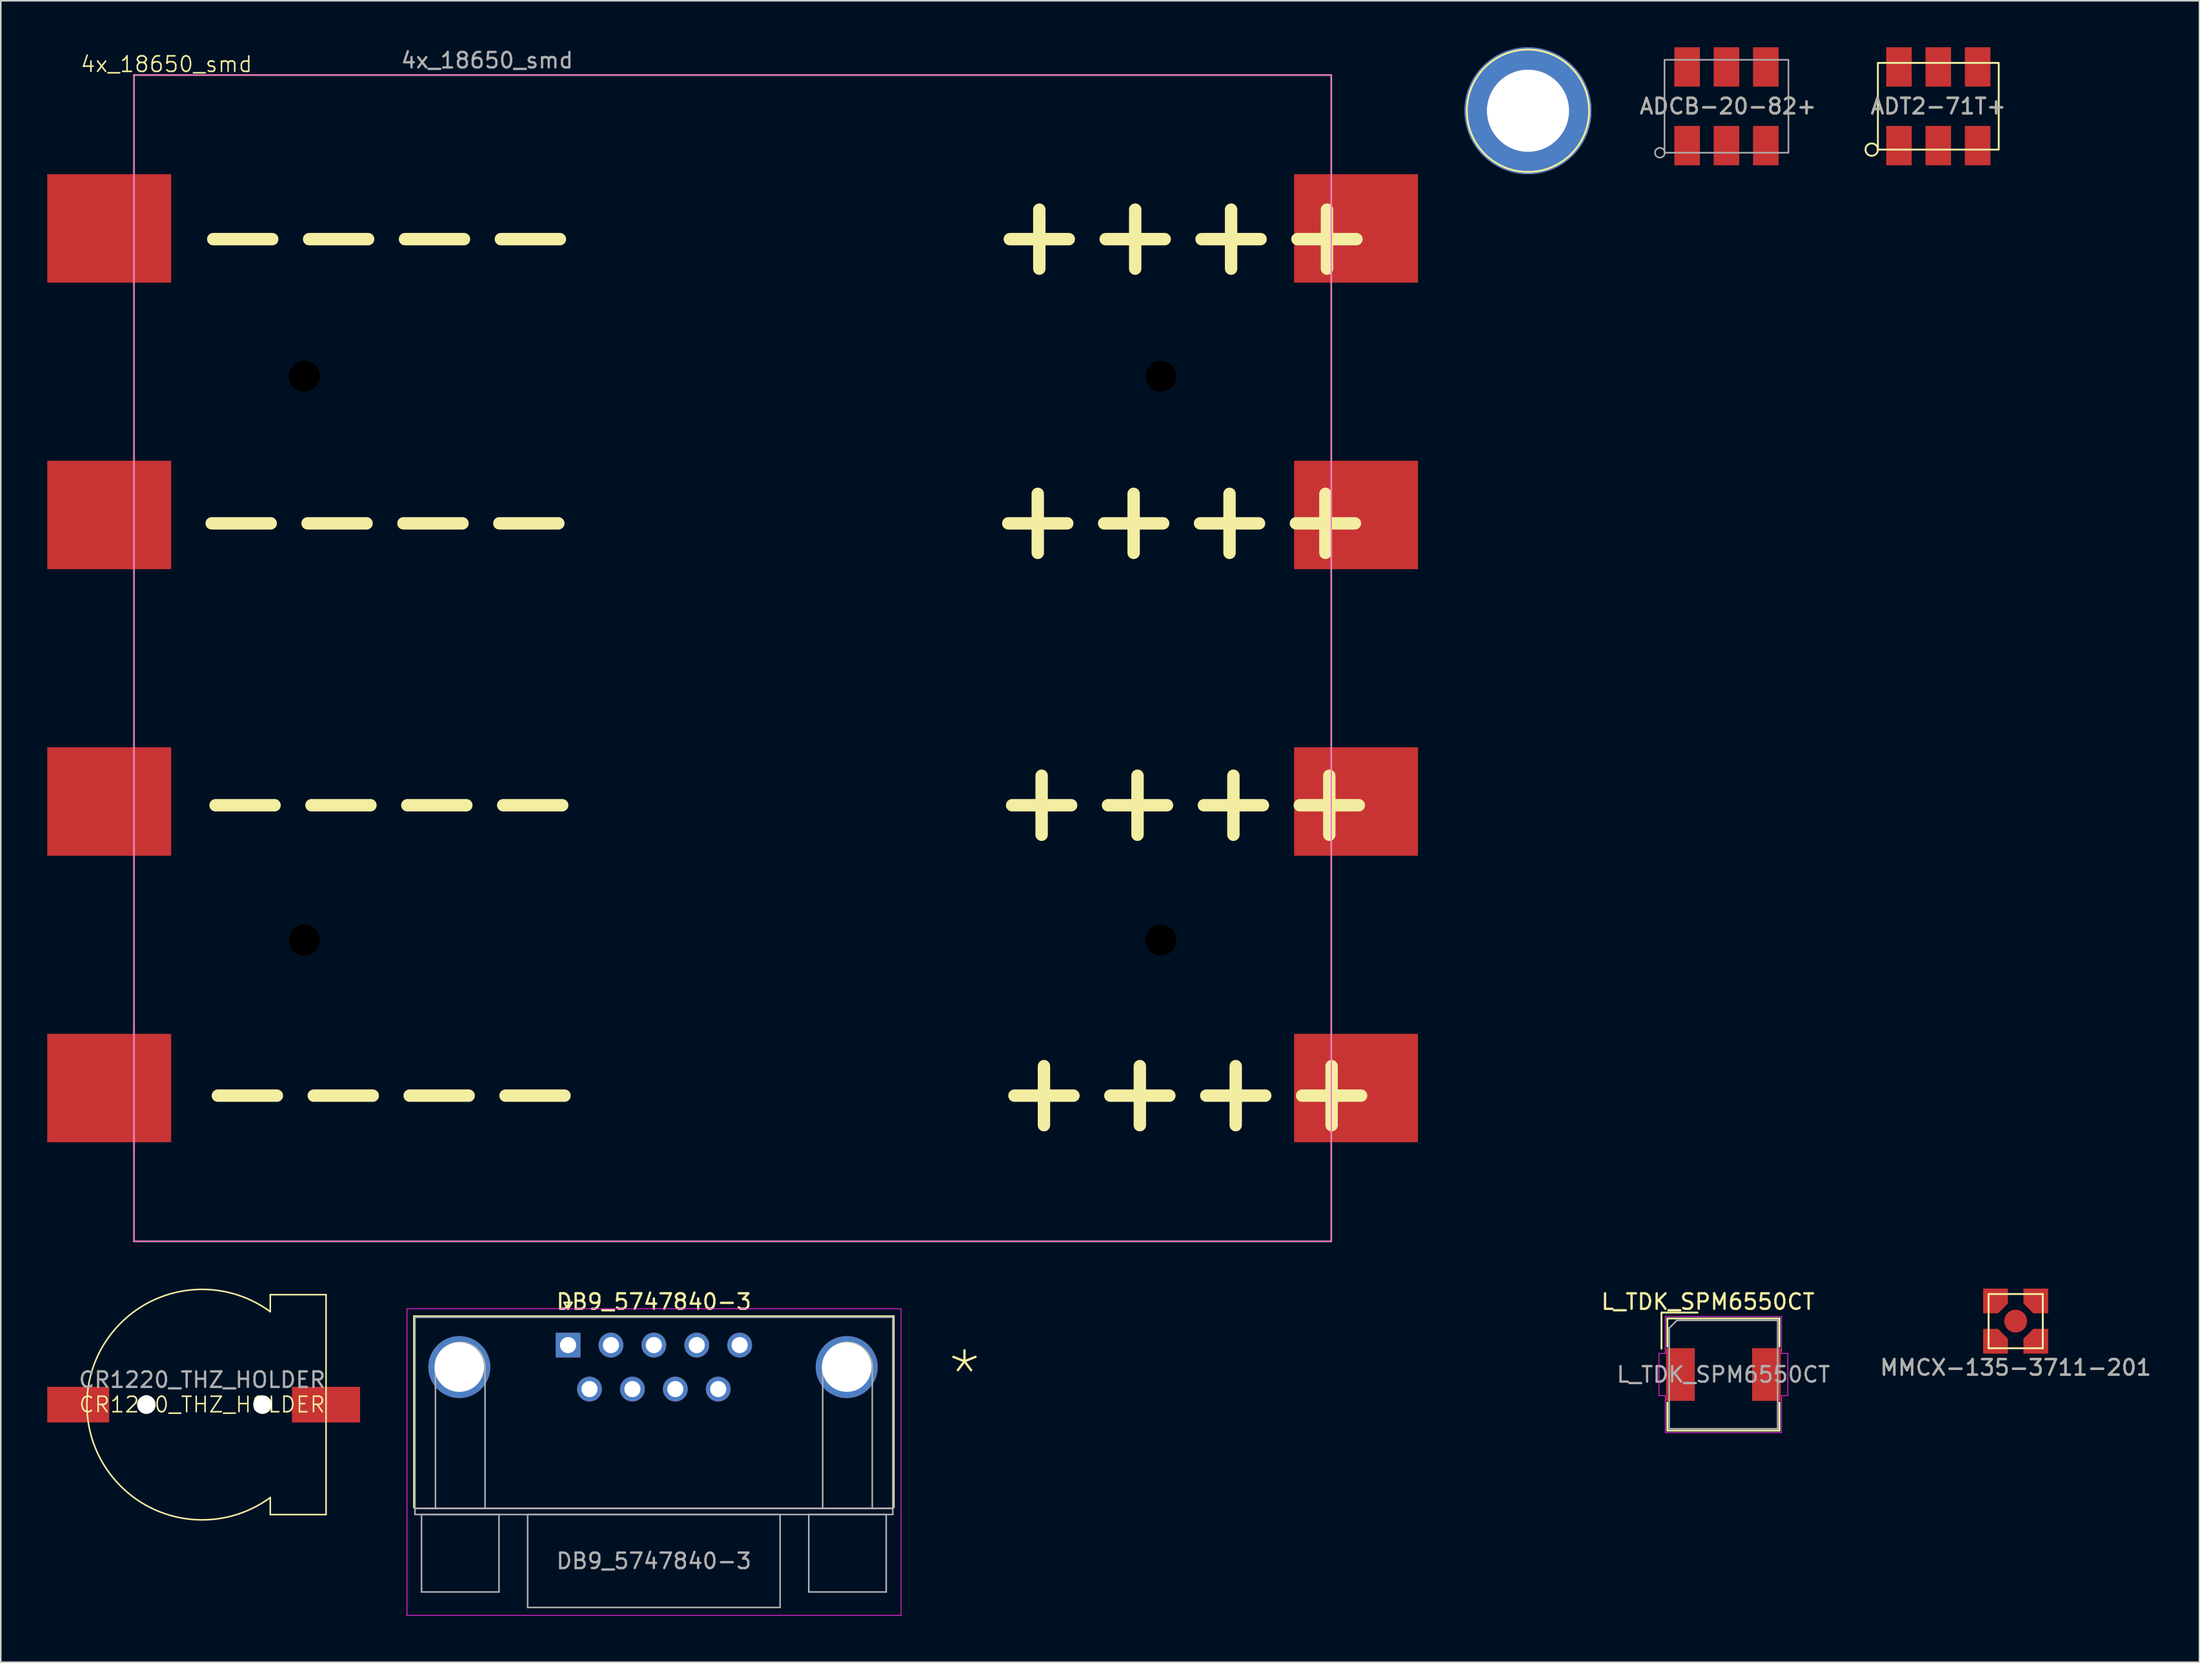
<source format=kicad_pcb>
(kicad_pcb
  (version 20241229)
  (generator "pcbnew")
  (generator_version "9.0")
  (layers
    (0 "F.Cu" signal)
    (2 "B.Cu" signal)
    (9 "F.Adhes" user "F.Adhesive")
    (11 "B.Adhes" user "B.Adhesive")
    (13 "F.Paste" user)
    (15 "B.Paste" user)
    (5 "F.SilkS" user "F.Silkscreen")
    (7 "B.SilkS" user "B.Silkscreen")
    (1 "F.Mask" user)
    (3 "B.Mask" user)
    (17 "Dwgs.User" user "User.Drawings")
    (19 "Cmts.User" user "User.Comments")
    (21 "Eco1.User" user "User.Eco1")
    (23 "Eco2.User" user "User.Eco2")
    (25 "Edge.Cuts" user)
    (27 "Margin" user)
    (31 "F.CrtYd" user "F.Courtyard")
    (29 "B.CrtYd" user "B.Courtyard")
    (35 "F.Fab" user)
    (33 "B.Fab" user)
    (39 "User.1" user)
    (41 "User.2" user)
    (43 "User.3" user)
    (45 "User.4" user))
  (footprint "DB9_5747840-3"
    (layer "F.Cu")
    (at 33.625 83.796)
    (property "Reference" "DB9_5747840-3" (at 5.54 -2.8 0) (layer "F.SilkS") (effects (font (size 1 1) (thickness 0.15))))
    (attr through_hole)
    (fp_line (start -9.945 -1.86) (end 21.025 -1.86) (stroke (width 0.12) (type solid)) (layer "F.SilkS"))
    (fp_line (start -9.945 10.48) (end -9.945 -1.86) (stroke (width 0.12) (type solid)) (layer "F.SilkS"))
    (fp_line (start -0.25 -2.754) (end 0.25 -2.754) (stroke (width 0.12) (type solid)) (layer "F.SilkS"))
    (fp_line (start 0 -2.321) (end -0.25 -2.754) (stroke (width 0.12) (type solid)) (layer "F.SilkS"))
    (fp_line (start 0.25 -2.754) (end 0 -2.321) (stroke (width 0.12) (type solid)) (layer "F.SilkS"))
    (fp_line (start 21.025 -1.86) (end 21.025 10.48) (stroke (width 0.12) (type solid)) (layer "F.SilkS"))
    (fp_line (start -10.4 -2.35) (end -10.4 17.45) (stroke (width 0.05) (type solid)) (layer "F.CrtYd"))
    (fp_line (start -10.4 17.45) (end 21.5 17.45) (stroke (width 0.05) (type solid)) (layer "F.CrtYd"))
    (fp_line (start 21.5 -2.35) (end -10.4 -2.35) (stroke (width 0.05) (type solid)) (layer "F.CrtYd"))
    (fp_line (start 21.5 17.45) (end 21.5 -2.35) (stroke (width 0.05) (type solid)) (layer "F.CrtYd"))
    (fp_line (start -9.885 -1.8) (end -9.885 10.54) (stroke (width 0.1) (type solid)) (layer "F.Fab"))
    (fp_line (start -9.885 10.54) (end -9.885 10.94) (stroke (width 0.1) (type solid)) (layer "F.Fab"))
    (fp_line (start -9.885 10.54) (end 20.965 10.54) (stroke (width 0.1) (type solid)) (layer "F.Fab"))
    (fp_line (start -9.885 10.94) (end 20.965 10.94) (stroke (width 0.1) (type solid)) (layer "F.Fab"))
    (fp_line (start -9.46 10.94) (end -9.46 15.94) (stroke (width 0.1) (type solid)) (layer "F.Fab"))
    (fp_line (start -9.46 15.94) (end -4.46 15.94) (stroke (width 0.1) (type solid)) (layer "F.Fab"))
    (fp_line (start -8.56 10.54) (end -8.56 1.42) (stroke (width 0.1) (type solid)) (layer "F.Fab"))
    (fp_line (start -5.36 10.54) (end -5.36 1.42) (stroke (width 0.1) (type solid)) (layer "F.Fab"))
    (fp_line (start -4.46 10.94) (end -9.46 10.94) (stroke (width 0.1) (type solid)) (layer "F.Fab"))
    (fp_line (start -4.46 15.94) (end -4.46 10.94) (stroke (width 0.1) (type solid)) (layer "F.Fab"))
    (fp_line (start -2.61 10.94) (end -2.61 16.94) (stroke (width 0.1) (type solid)) (layer "F.Fab"))
    (fp_line (start -2.61 16.94) (end 13.69 16.94) (stroke (width 0.1) (type solid)) (layer "F.Fab"))
    (fp_line (start 13.69 10.94) (end -2.61 10.94) (stroke (width 0.1) (type solid)) (layer "F.Fab"))
    (fp_line (start 13.69 16.94) (end 13.69 10.94) (stroke (width 0.1) (type solid)) (layer "F.Fab"))
    (fp_line (start 15.54 10.94) (end 15.54 15.94) (stroke (width 0.1) (type solid)) (layer "F.Fab"))
    (fp_line (start 15.54 15.94) (end 20.54 15.94) (stroke (width 0.1) (type solid)) (layer "F.Fab"))
    (fp_line (start 16.44 10.54) (end 16.44 1.42) (stroke (width 0.1) (type solid)) (layer "F.Fab"))
    (fp_line (start 19.64 10.54) (end 19.64 1.42) (stroke (width 0.1) (type solid)) (layer "F.Fab"))
    (fp_line (start 20.54 10.94) (end 15.54 10.94) (stroke (width 0.1) (type solid)) (layer "F.Fab"))
    (fp_line (start 20.54 15.94) (end 20.54 10.94) (stroke (width 0.1) (type solid)) (layer "F.Fab"))
    (fp_line (start 20.965 -1.8) (end -9.885 -1.8) (stroke (width 0.1) (type solid)) (layer "F.Fab"))
    (fp_line (start 20.965 10.54) (end -9.885 10.54) (stroke (width 0.1) (type solid)) (layer "F.Fab"))
    (fp_line (start 20.965 10.54) (end 20.965 -1.8) (stroke (width 0.1) (type solid)) (layer "F.Fab"))
    (fp_line (start 20.965 10.94) (end 20.965 10.54) (stroke (width 0.1) (type solid)) (layer "F.Fab"))
    (fp_arc (start -8.56 1.42) (mid -6.96 -0.18) (end -5.36 1.42) (stroke (width 0.1) (type solid)) (layer "F.Fab"))
    (fp_arc (start 16.44 1.42) (mid 18.04 -0.18) (end 19.64 1.42) (stroke (width 0.1) (type solid)) (layer "F.Fab"))
    (fp_text user "${REFERENCE}" (at 5.54 13.94 0) (layer "F.Fab") (effects (font (size 1 1) (thickness 0.15))))
    (pad "0" thru_hole circle (at -7.02 1.42) (size 4 4) (drill 3.2) (layers "*.Cu" "*.Mask"))
    (pad "0" thru_hole circle (at 17.99 1.42) (size 4 4) (drill 3.2) (layers "*.Cu" "*.Mask"))
    (pad "1" thru_hole rect (at 0 0) (size 1.6 1.6) (drill 1.04) (layers "*.Cu" "*.Mask"))
    (pad "2" thru_hole circle (at 2.77 0) (size 1.6 1.6) (drill 1.04) (layers "*.Cu" "*.Mask"))
    (pad "3" thru_hole circle (at 5.54 0) (size 1.6 1.6) (drill 1.04) (layers "*.Cu" "*.Mask"))
    (pad "4" thru_hole circle (at 8.31 0) (size 1.6 1.6) (drill 1.04) (layers "*.Cu" "*.Mask"))
    (pad "5" thru_hole circle (at 11.08 0) (size 1.6 1.6) (drill 1.04) (layers "*.Cu" "*.Mask"))
    (pad "6" thru_hole circle (at 1.385 2.84) (size 1.6 1.6) (drill 1.04) (layers "*.Cu" "*.Mask"))
    (pad "7" thru_hole circle (at 4.155 2.84) (size 1.6 1.6) (drill 1.04) (layers "*.Cu" "*.Mask"))
    (pad "8" thru_hole circle (at 6.925 2.84) (size 1.6 1.6) (drill 1.04) (layers "*.Cu" "*.Mask"))
    (pad "9" thru_hole circle (at 9.695 2.84) (size 1.6 1.6) (drill 1.04) (layers "*.Cu" "*.Mask")))
  (footprint "575-8"
    (layer "F.Cu")
    (at 95.6 4.1)
    (property "Reference" "575-8" (at 0 0 0) (unlocked yes) (layer "F.SilkS") (effects (font (size 1 1) (thickness 0.15))))
    (attr through_hole)
    (fp_circle (center 0 0) (end 3.95 0) (stroke (width 0.12) (type solid)) (fill no) (layer "F.SilkS"))
    (fp_text user "${REFERENCE}" (at 0 0 0) (unlocked yes) (layer "F.Fab") (effects (font (size 1 1) (thickness 0.15))))
    (pad "1" thru_hole circle (at 0 0) (size 8.2 8.2) (drill 5.3) (layers "*.Cu" "*.Mask")))
  (footprint "MMCX-135-3711-201"
    (layer "F.Cu")
    (at 127.087 82.248)
    (property "Reference" "MMCX-135-3711-201" (at 0 3 0) (unlocked yes) (layer "F.SilkS") (effects (font (size 1 1) (thickness 0.15))))
    (attr smd)
    (fp_line (start -1.75 -1.75) (end 1.75 -1.75) (stroke (width 0.12) (type solid)) (layer "F.SilkS"))
    (fp_line (start -1.75 1.75) (end -1.75 -1.75) (stroke (width 0.12) (type solid)) (layer "F.SilkS"))
    (fp_line (start 1.75 -1.75) (end 1.75 1.75) (stroke (width 0.12) (type solid)) (layer "F.SilkS"))
    (fp_line (start 1.75 1.75) (end -1.75 1.75) (stroke (width 0.12) (type solid)) (layer "F.SilkS"))
    (fp_text user "${REFERENCE}" (at 0 3 0) (unlocked yes) (layer "F.Fab") (effects (font (size 1 1) (thickness 0.15))))
    (pad "1" smd circle (at 0 0) (size 1.47 1.47) (layers "F.Cu" "F.Mask" "F.Paste"))
    (pad "2" smd roundrect (at -1.3 -1.3 270) (size 1.6 1.6) (layers "F.Cu" "F.Mask" "F.Paste") (roundrect_rratio 0) (chamfer_ratio 0.4) (chamfer top_right))
    (pad "2" smd roundrect (at -1.3 1.3) (size 1.6 1.6) (layers "F.Cu" "F.Mask" "F.Paste") (roundrect_rratio 0) (chamfer_ratio 0.4) (chamfer top_right))
    (pad "2" smd roundrect (at 1.3 -1.3 180) (size 1.6 1.6) (layers "F.Cu" "F.Mask" "F.Paste") (roundrect_rratio 0) (chamfer_ratio 0.4) (chamfer top_right))
    (pad "2" smd roundrect (at 1.3 1.3 90) (size 1.6 1.6) (layers "F.Cu" "F.Mask" "F.Paste") (roundrect_rratio 0) (chamfer_ratio 0.4) (chamfer top_right)))
  (footprint "ADT2-71T+"
    (layer "F.Cu")
    (at 122.091 3.81)
    (property "Reference" "ADT2-71T+" (at 0 0 0) (unlocked yes) (layer "F.SilkS") (effects (font (size 1 1) (thickness 0.15))))
    (attr smd)
    (fp_rect (start -3.9 -2.8) (end 3.9 2.8) (stroke (width 0.12) (type solid)) (fill no) (layer "F.SilkS"))
    (fp_circle (center -4.3 2.8) (end -3.9 2.8) (stroke (width 0.12) (type solid)) (fill no) (layer "F.SilkS"))
    (fp_text user "${REFERENCE}" (at 0 0 0) (unlocked yes) (layer "F.Fab") (effects (font (size 1 1) (thickness 0.15))))
    (pad "1" smd rect (at -2.54 2.54) (size 1.65 2.54) (layers "F.Cu" "F.Mask" "F.Paste"))
    (pad "2" smd rect (at 0 2.54) (size 1.65 2.54) (layers "F.Cu" "F.Mask" "F.Paste"))
    (pad "3" smd rect (at 2.54 2.54) (size 1.65 2.54) (layers "F.Cu" "F.Mask" "F.Paste"))
    (pad "4" smd rect (at 2.54 -2.54) (size 1.65 2.54) (layers "F.Cu" "F.Mask" "F.Paste"))
    (pad "5" smd rect (at 0 -2.54) (size 1.65 2.54) (layers "F.Cu" "F.Mask" "F.Paste"))
    (pad "6" smd rect (at -2.54 -2.54) (size 1.65 2.54) (layers "F.Cu" "F.Mask" "F.Paste")))
  (footprint "ADCB-20-82+"
    (layer "F.Cu")
    (at 108.415 3.81)
    (property "Reference" "ADCB-20-82+" (at 0.1 0 0) (unlocked yes) (layer "F.SilkS") (effects (font (size 1 1) (thickness 0.15))))
    (attr smd)
    (fp_rect (start -4 -3) (end 4 3) (stroke (width 0.1) (type solid)) (fill no) (layer "F.Fab"))
    (fp_circle (center -4.3 3) (end -4 3.1) (stroke (width 0.1) (type solid)) (fill no) (layer "F.Fab"))
    (fp_text user "${REFERENCE}" (at 0.1 0 0) (unlocked yes) (layer "F.Fab") (effects (font (size 1 1) (thickness 0.15))))
    (pad "1" smd rect (at -2.54 2.54) (size 1.65 2.54) (layers "F.Cu" "F.Mask" "F.Paste"))
    (pad "2" smd rect (at 0 2.54) (size 1.65 2.54) (layers "F.Cu" "F.Mask" "F.Paste"))
    (pad "3" smd rect (at 2.54 2.54) (size 1.65 2.54) (layers "F.Cu" "F.Mask" "F.Paste"))
    (pad "4" smd rect (at 2.54 -2.54) (size 1.65 2.54) (layers "F.Cu" "F.Mask" "F.Paste"))
    (pad "5" smd rect (at 0 -2.54) (size 1.65 2.54) (layers "F.Cu" "F.Mask" "F.Paste"))
    (pad "6" smd rect (at -2.54 -2.54) (size 1.65 2.54) (layers "F.Cu" "F.Mask" "F.Paste")))
  (footprint "CR1220_THZ_HOLDER"
    (layer "F.Cu")
    (at 10 87.639)
    (property "Reference" "CR1220_THZ_HOLDER" (at 0 0 0) (unlocked yes) (layer "F.SilkS") (effects (font (size 1 1) (thickness 0.1))))
    (attr smd)
    (fp_line (start 4.4 -7.1) (end 4.4 -6) (stroke (width 0.1) (type default)) (layer "F.SilkS"))
    (fp_line (start 4.4 6) (end 4.4 7.1) (stroke (width 0.1) (type default)) (layer "F.SilkS"))
    (fp_line (start 4.4 7.1) (end 8 7.1) (stroke (width 0.1) (type default)) (layer "F.SilkS"))
    (fp_line (start 8 -7.1) (end 4.4 -7.1) (stroke (width 0.1) (type default)) (layer "F.SilkS"))
    (fp_line (start 8 7.1) (end 8 -7.1) (stroke (width 0.1) (type default)) (layer "F.SilkS"))
    (fp_arc (start 4.4 6) (mid -7.44043 0) (end 4.4 -6) (stroke (width 0.1) (type default)) (layer "F.SilkS"))
    (fp_text user "${REFERENCE}" (at 0 -1.6 0) (unlocked yes) (layer "F.Fab") (effects (font (size 1 1) (thickness 0.15))))
    (pad "" np_thru_hole circle (at -3.6 0) (size 1.2 1.2) (drill 1.2) (layers "*.Cu" "*.Mask"))
    (pad "" np_thru_hole circle (at 3.9 0) (size 1.2 1.2) (drill 1.2) (layers "*.Cu" "*.Mask"))
    (pad "1" smd rect (at 8 0) (size 4.4 2.3) (layers "F.Cu" "F.Mask" "F.Paste"))
    (pad "2" smd rect (at -8 0) (size 4 2.3) (layers "F.Cu" "F.Mask" "F.Paste")))
  (footprint "4x_18650_smd"
    (layer "F.Cu")
    (at 44.25 39.448)
    (property "Reference" "4x_18650_smd" (at -36.55 -38.35 0) (unlocked yes) (layer "F.SilkS") (effects (font (size 1 1) (thickness 0.1))))
    (attr smd)
    (fp_line (start -38.65 -37.65) (end 38.65 -37.65) (stroke (width 0.1) (type default)) (layer "F.SilkS"))
    (fp_line (start -38.65 37.65) (end -38.65 -37.65) (stroke (width 0.1) (type default)) (layer "F.SilkS"))
    (fp_line (start 38.65 -37.65) (end 38.65 37.65) (stroke (width 0.1) (type default)) (layer "F.SilkS"))
    (fp_line (start 38.65 37.65) (end -38.65 37.65) (stroke (width 0.1) (type default)) (layer "F.SilkS"))
    (fp_line (start -38.65 -37.65) (end 38.65 -37.65) (stroke (width 0.05) (type default)) (layer "F.CrtYd"))
    (fp_line (start -38.65 37.65) (end -38.65 -37.65) (stroke (width 0.05) (type default)) (layer "F.CrtYd"))
    (fp_line (start 38.65 -37.65) (end 38.65 37.65) (stroke (width 0.05) (type default)) (layer "F.CrtYd"))
    (fp_line (start 38.65 37.65) (end -38.65 37.65) (stroke (width 0.05) (type default)) (layer "F.CrtYd"))
    (fp_text user "----       ++++" (at -35.25 -24.5 0) (unlocked yes) (layer "F.SilkS") (effects (font (size 5 5) (thickness 0.8)) (justify left bottom)))
    (fp_text user "----       ++++" (at -35.1 12.05 0) (unlocked yes) (layer "F.SilkS") (effects (font (size 5 5) (thickness 0.8)) (justify left bottom)))
    (fp_text user "----       ++++" (at -34.95 30.8 0) (unlocked yes) (layer "F.SilkS") (effects (font (size 5 5) (thickness 0.8)) (justify left bottom)))
    (fp_text user "----       ++++" (at -35.35 -6.15 0) (unlocked yes) (layer "F.SilkS") (effects (font (size 5 5) (thickness 0.8)) (justify left bottom)))
    (fp_text user "${REFERENCE}" (at -15.85 -38.6 0) (unlocked yes) (layer "F.Fab") (effects (font (size 1 1) (thickness 0.15))))
    (pad "" np_thru_hole circle (at -27.65 -18.2) (size 2 2) (drill 2) (layers "*.Mask"))
    (pad "" np_thru_hole circle (at -27.65 18.2) (size 2 2) (drill 2) (layers "*.Mask"))
    (pad "" np_thru_hole circle (at 27.65 -18.2) (size 2 2) (drill 2) (layers "*.Mask"))
    (pad "" np_thru_hole circle (at 27.65 18.2) (size 2 2) (drill 2) (layers "*.Mask"))
    (pad "1" smd rect (at 40.25 -27.75) (size 8 7) (layers "F.Cu" "F.Mask" "F.Paste"))
    (pad "2" smd rect (at -40.25 -27.75) (size 8 7) (layers "F.Cu" "F.Mask" "F.Paste"))
    (pad "3" smd rect (at 40.25 -9.25) (size 8 7) (layers "F.Cu" "F.Mask" "F.Paste"))
    (pad "4" smd rect (at -40.25 -9.25) (size 8 7) (layers "F.Cu" "F.Mask" "F.Paste"))
    (pad "5" smd rect (at 40.25 9.25) (size 8 7) (layers "F.Cu" "F.Mask" "F.Paste"))
    (pad "6" smd rect (at -40.25 9.25) (size 8 7) (layers "F.Cu" "F.Mask" "F.Paste"))
    (pad "7" smd rect (at 40.25 27.75) (size 8 7) (layers "F.Cu" "F.Mask" "F.Paste"))
    (pad "8" smd rect (at -40.25 27.75) (size 8 7) (layers "F.Cu" "F.Mask" "F.Paste")))
  (footprint "L_TDK_SPM6550CT"
    (layer "F.Cu")
    (at 108.218 85.697)
    (property "Reference" "L_TDK_SPM6550CT" (at -1 -4.7 0) (layer "F.SilkS") (effects (font (size 1 1) (thickness 0.15))))
    (attr smd)
    (fp_line (start -4 -4) (end -1.667 -4) (stroke (width 0.12) (type solid)) (layer "F.SilkS"))
    (fp_line (start -4 -1.667) (end -4 -4) (stroke (width 0.12) (type solid)) (layer "F.SilkS"))
    (fp_line (start -3.62 -3.62) (end -3.62 -1.8) (stroke (width 0.12) (type solid)) (layer "F.SilkS"))
    (fp_line (start -3.62 -3.62) (end 3.62 -3.62) (stroke (width 0.12) (type solid)) (layer "F.SilkS"))
    (fp_line (start -3.62 1.8) (end -3.62 3.62) (stroke (width 0.12) (type solid)) (layer "F.SilkS"))
    (fp_line (start -3.62 3.62) (end 3.62 3.62) (stroke (width 0.12) (type solid)) (layer "F.SilkS"))
    (fp_line (start 3.62 -3.62) (end 3.62 -1.8) (stroke (width 0.12) (type solid)) (layer "F.SilkS"))
    (fp_line (start 3.62 1.8) (end 3.62 3.62) (stroke (width 0.12) (type solid)) (layer "F.SilkS"))
    (fp_line (start -4.16 -1.36) (end -4.16 1.36) (stroke (width 0.05) (type solid)) (layer "F.CrtYd"))
    (fp_line (start -4.16 1.36) (end -3.75 1.36) (stroke (width 0.05) (type solid)) (layer "F.CrtYd"))
    (fp_line (start -3.75 -3.75) (end -3.75 -1.36) (stroke (width 0.05) (type solid)) (layer "F.CrtYd"))
    (fp_line (start -3.75 -3.75) (end 3.75 -3.75) (stroke (width 0.05) (type solid)) (layer "F.CrtYd"))
    (fp_line (start -3.75 -1.36) (end -4.16 -1.36) (stroke (width 0.05) (type solid)) (layer "F.CrtYd"))
    (fp_line (start -3.75 1.36) (end -3.75 3.75) (stroke (width 0.05) (type solid)) (layer "F.CrtYd"))
    (fp_line (start -3.75 3.75) (end 3.75 3.75) (stroke (width 0.05) (type solid)) (layer "F.CrtYd"))
    (fp_line (start 3.75 -3.75) (end 3.75 -1.36) (stroke (width 0.05) (type solid)) (layer "F.CrtYd"))
    (fp_line (start 3.75 -1.36) (end 4.16 -1.36) (stroke (width 0.05) (type solid)) (layer "F.CrtYd"))
    (fp_line (start 3.75 1.36) (end 3.75 3.75) (stroke (width 0.05) (type solid)) (layer "F.CrtYd"))
    (fp_line (start 4.16 -1.36) (end 4.16 1.36) (stroke (width 0.05) (type solid)) (layer "F.CrtYd"))
    (fp_line (start 4.16 1.36) (end 3.75 1.36) (stroke (width 0.05) (type solid)) (layer "F.CrtYd"))
    (fp_line (start -3.5 -3) (end -3 -3.5) (stroke (width 0.1) (type solid)) (layer "F.Fab"))
    (fp_line (start -3.5 3.5) (end -3.5 -3) (stroke (width 0.1) (type solid)) (layer "F.Fab"))
    (fp_line (start -3 -3.5) (end 3.5 -3.5) (stroke (width 0.1) (type solid)) (layer "F.Fab"))
    (fp_line (start 3.5 -3.5) (end 3.5 3.5) (stroke (width 0.1) (type solid)) (layer "F.Fab"))
    (fp_line (start 3.5 3.5) (end -3.5 3.5) (stroke (width 0.1) (type solid)) (layer "F.Fab"))
    (fp_text user "*" (at -49 0.05 0) (layer "F.SilkS") (effects (font (size 3 3) (thickness 0.15))))
    (fp_text user "${REFERENCE}" (at 0 0 0) (layer "F.Fab") (effects (font (size 1 1) (thickness 0.15))))
    (pad "1" smd rect (at -2.775 0) (size 1.85 3.4) (layers "F.Cu" "F.Mask" "F.Paste"))
    (pad "2" smd rect (at 2.775 0) (size 1.85 3.4) (layers "F.Cu" "F.Mask" "F.Paste")))
  (gr_rect
    (start -3 -3)
    (end 138.95 104.272)
    (stroke (width 0.1) (type default))
    (fill no)
    (layer "Edge.Cuts")))
</source>
